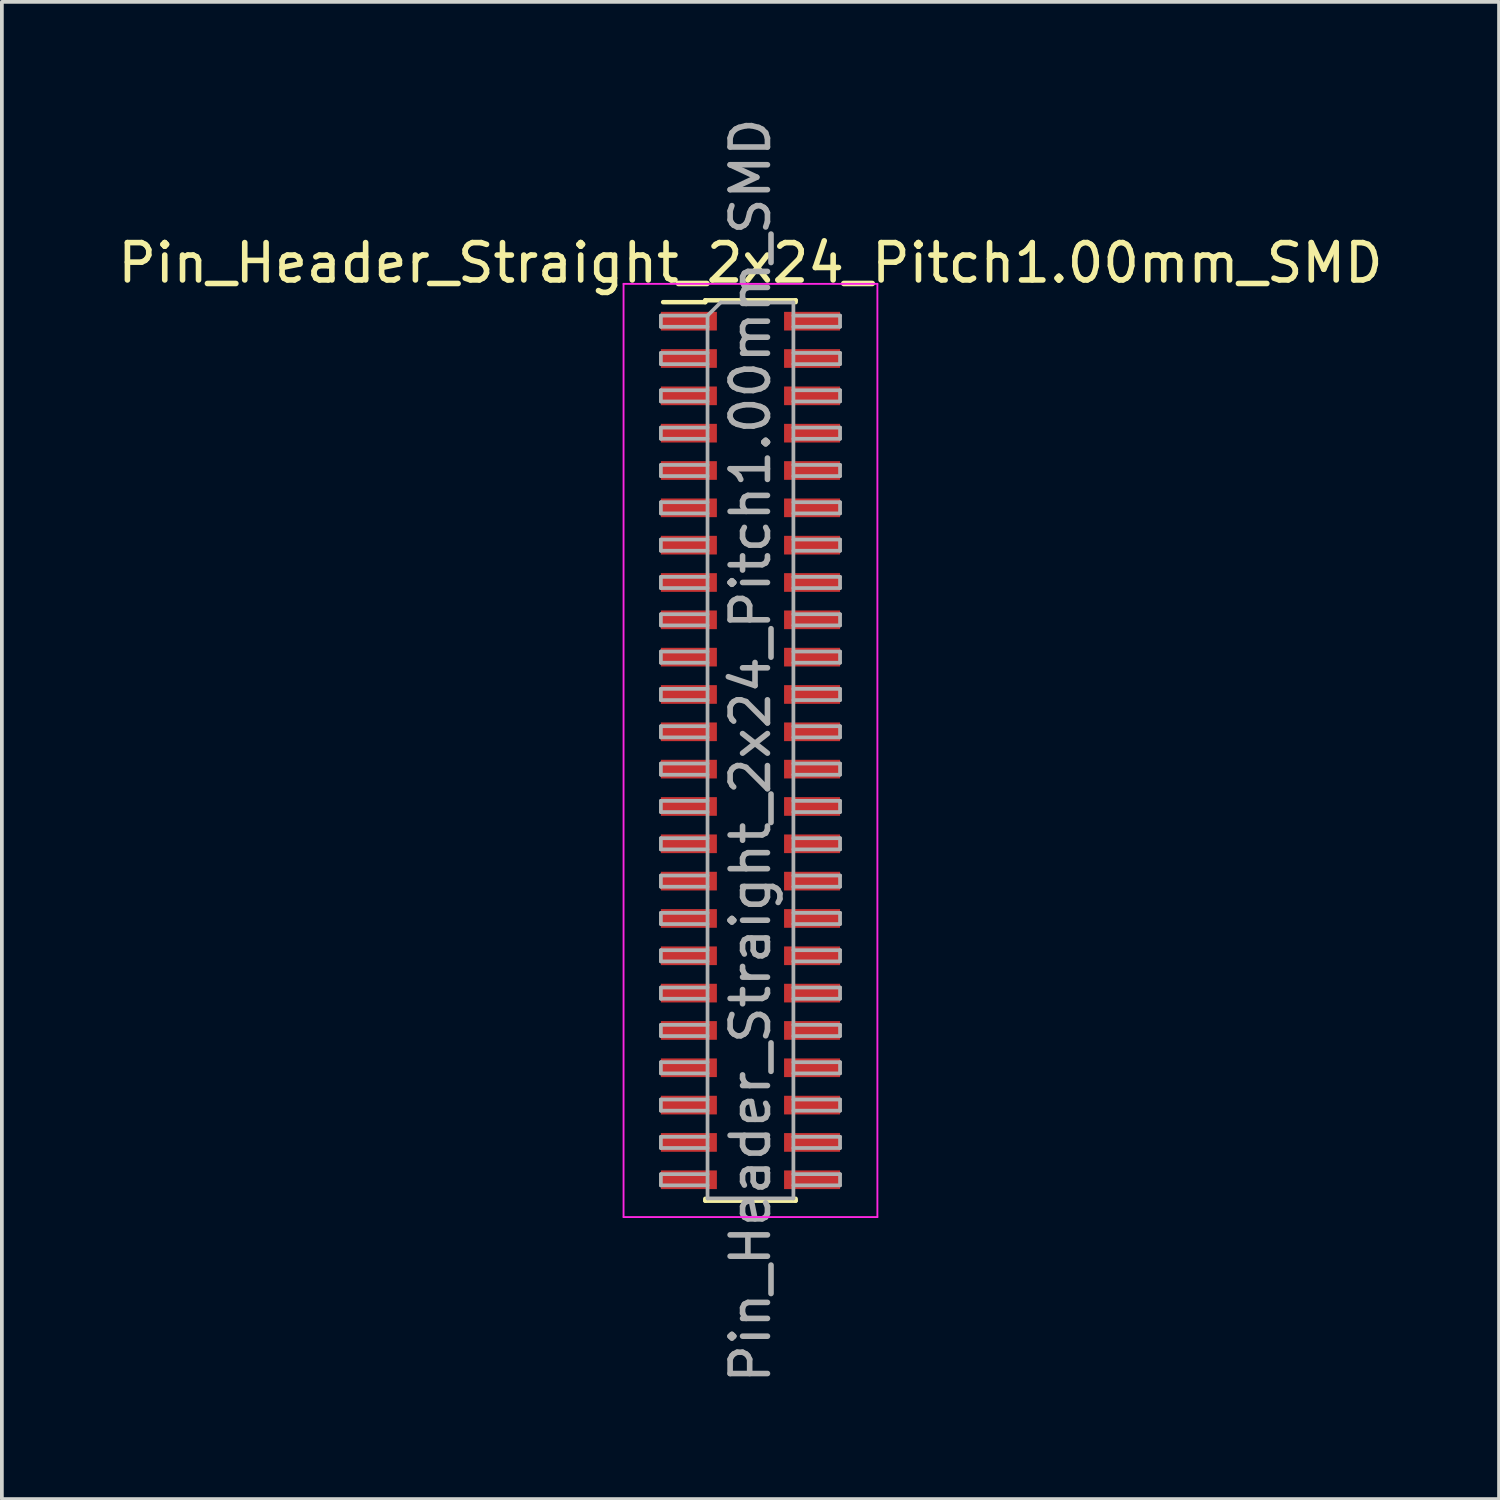
<source format=kicad_pcb>
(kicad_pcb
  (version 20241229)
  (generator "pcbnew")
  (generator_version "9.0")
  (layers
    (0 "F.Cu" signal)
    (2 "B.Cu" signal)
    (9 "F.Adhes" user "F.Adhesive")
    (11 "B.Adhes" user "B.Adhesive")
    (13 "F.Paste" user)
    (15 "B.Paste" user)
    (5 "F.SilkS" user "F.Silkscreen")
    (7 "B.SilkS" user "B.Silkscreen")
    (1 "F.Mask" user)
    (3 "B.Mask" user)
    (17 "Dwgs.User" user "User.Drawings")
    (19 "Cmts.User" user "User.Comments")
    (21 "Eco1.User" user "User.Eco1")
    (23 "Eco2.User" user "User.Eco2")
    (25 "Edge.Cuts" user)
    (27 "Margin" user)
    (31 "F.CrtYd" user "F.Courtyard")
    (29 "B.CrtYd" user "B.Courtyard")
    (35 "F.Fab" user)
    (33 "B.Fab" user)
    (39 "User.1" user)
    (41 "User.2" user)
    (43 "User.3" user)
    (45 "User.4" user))
  (footprint "Pin_Header_Straight_2x24_Pitch1.00mm_SMD"
    (layer "F.Cu")
    (at 17.054 17.054)
    (property "Reference" "Pin_Header_Straight_2x24_Pitch1.00mm_SMD" (at 0 -13.06 0) (layer "F.SilkS") (effects (font (size 1 1) (thickness 0.15))))
    (attr smd)
    (fp_line (start -2.34 -12.01) (end -1.21 -12.01) (stroke (width 0.12) (type solid)) (layer "F.SilkS"))
    (fp_line (start -1.21 -12.06) (end -1.21 -12.01) (stroke (width 0.12) (type solid)) (layer "F.SilkS"))
    (fp_line (start -1.21 -12.06) (end 1.21 -12.06) (stroke (width 0.12) (type solid)) (layer "F.SilkS"))
    (fp_line (start -1.21 12.01) (end -1.21 12.06) (stroke (width 0.12) (type solid)) (layer "F.SilkS"))
    (fp_line (start -1.21 12.06) (end 1.21 12.06) (stroke (width 0.12) (type solid)) (layer "F.SilkS"))
    (fp_line (start 1.21 -12.06) (end 1.21 -12.01) (stroke (width 0.12) (type solid)) (layer "F.SilkS"))
    (fp_line (start 1.21 12.01) (end 1.21 12.06) (stroke (width 0.12) (type solid)) (layer "F.SilkS"))
    (fp_line (start -3.4 -12.5) (end -3.4 12.5) (stroke (width 0.05) (type solid)) (layer "F.CrtYd"))
    (fp_line (start -3.4 12.5) (end 3.4 12.5) (stroke (width 0.05) (type solid)) (layer "F.CrtYd"))
    (fp_line (start 3.4 -12.5) (end -3.4 -12.5) (stroke (width 0.05) (type solid)) (layer "F.CrtYd"))
    (fp_line (start 3.4 12.5) (end 3.4 -12.5) (stroke (width 0.05) (type solid)) (layer "F.CrtYd"))
    (fp_line (start -2.4 -11.65) (end -2.4 -11.35) (stroke (width 0.1) (type solid)) (layer "F.Fab"))
    (fp_line (start -2.4 -11.35) (end -1.15 -11.35) (stroke (width 0.1) (type solid)) (layer "F.Fab"))
    (fp_line (start -2.4 -10.65) (end -2.4 -10.35) (stroke (width 0.1) (type solid)) (layer "F.Fab"))
    (fp_line (start -2.4 -10.35) (end -1.15 -10.35) (stroke (width 0.1) (type solid)) (layer "F.Fab"))
    (fp_line (start -2.4 -9.65) (end -2.4 -9.35) (stroke (width 0.1) (type solid)) (layer "F.Fab"))
    (fp_line (start -2.4 -9.35) (end -1.15 -9.35) (stroke (width 0.1) (type solid)) (layer "F.Fab"))
    (fp_line (start -2.4 -8.65) (end -2.4 -8.35) (stroke (width 0.1) (type solid)) (layer "F.Fab"))
    (fp_line (start -2.4 -8.35) (end -1.15 -8.35) (stroke (width 0.1) (type solid)) (layer "F.Fab"))
    (fp_line (start -2.4 -7.65) (end -2.4 -7.35) (stroke (width 0.1) (type solid)) (layer "F.Fab"))
    (fp_line (start -2.4 -7.35) (end -1.15 -7.35) (stroke (width 0.1) (type solid)) (layer "F.Fab"))
    (fp_line (start -2.4 -6.65) (end -2.4 -6.35) (stroke (width 0.1) (type solid)) (layer "F.Fab"))
    (fp_line (start -2.4 -6.35) (end -1.15 -6.35) (stroke (width 0.1) (type solid)) (layer "F.Fab"))
    (fp_line (start -2.4 -5.65) (end -2.4 -5.35) (stroke (width 0.1) (type solid)) (layer "F.Fab"))
    (fp_line (start -2.4 -5.35) (end -1.15 -5.35) (stroke (width 0.1) (type solid)) (layer "F.Fab"))
    (fp_line (start -2.4 -4.65) (end -2.4 -4.35) (stroke (width 0.1) (type solid)) (layer "F.Fab"))
    (fp_line (start -2.4 -4.35) (end -1.15 -4.35) (stroke (width 0.1) (type solid)) (layer "F.Fab"))
    (fp_line (start -2.4 -3.65) (end -2.4 -3.35) (stroke (width 0.1) (type solid)) (layer "F.Fab"))
    (fp_line (start -2.4 -3.35) (end -1.15 -3.35) (stroke (width 0.1) (type solid)) (layer "F.Fab"))
    (fp_line (start -2.4 -2.65) (end -2.4 -2.35) (stroke (width 0.1) (type solid)) (layer "F.Fab"))
    (fp_line (start -2.4 -2.35) (end -1.15 -2.35) (stroke (width 0.1) (type solid)) (layer "F.Fab"))
    (fp_line (start -2.4 -1.65) (end -2.4 -1.35) (stroke (width 0.1) (type solid)) (layer "F.Fab"))
    (fp_line (start -2.4 -1.35) (end -1.15 -1.35) (stroke (width 0.1) (type solid)) (layer "F.Fab"))
    (fp_line (start -2.4 -0.65) (end -2.4 -0.35) (stroke (width 0.1) (type solid)) (layer "F.Fab"))
    (fp_line (start -2.4 -0.35) (end -1.15 -0.35) (stroke (width 0.1) (type solid)) (layer "F.Fab"))
    (fp_line (start -2.4 0.35) (end -2.4 0.65) (stroke (width 0.1) (type solid)) (layer "F.Fab"))
    (fp_line (start -2.4 0.65) (end -1.15 0.65) (stroke (width 0.1) (type solid)) (layer "F.Fab"))
    (fp_line (start -2.4 1.35) (end -2.4 1.65) (stroke (width 0.1) (type solid)) (layer "F.Fab"))
    (fp_line (start -2.4 1.65) (end -1.15 1.65) (stroke (width 0.1) (type solid)) (layer "F.Fab"))
    (fp_line (start -2.4 2.35) (end -2.4 2.65) (stroke (width 0.1) (type solid)) (layer "F.Fab"))
    (fp_line (start -2.4 2.65) (end -1.15 2.65) (stroke (width 0.1) (type solid)) (layer "F.Fab"))
    (fp_line (start -2.4 3.35) (end -2.4 3.65) (stroke (width 0.1) (type solid)) (layer "F.Fab"))
    (fp_line (start -2.4 3.65) (end -1.15 3.65) (stroke (width 0.1) (type solid)) (layer "F.Fab"))
    (fp_line (start -2.4 4.35) (end -2.4 4.65) (stroke (width 0.1) (type solid)) (layer "F.Fab"))
    (fp_line (start -2.4 4.65) (end -1.15 4.65) (stroke (width 0.1) (type solid)) (layer "F.Fab"))
    (fp_line (start -2.4 5.35) (end -2.4 5.65) (stroke (width 0.1) (type solid)) (layer "F.Fab"))
    (fp_line (start -2.4 5.65) (end -1.15 5.65) (stroke (width 0.1) (type solid)) (layer "F.Fab"))
    (fp_line (start -2.4 6.35) (end -2.4 6.65) (stroke (width 0.1) (type solid)) (layer "F.Fab"))
    (fp_line (start -2.4 6.65) (end -1.15 6.65) (stroke (width 0.1) (type solid)) (layer "F.Fab"))
    (fp_line (start -2.4 7.35) (end -2.4 7.65) (stroke (width 0.1) (type solid)) (layer "F.Fab"))
    (fp_line (start -2.4 7.65) (end -1.15 7.65) (stroke (width 0.1) (type solid)) (layer "F.Fab"))
    (fp_line (start -2.4 8.35) (end -2.4 8.65) (stroke (width 0.1) (type solid)) (layer "F.Fab"))
    (fp_line (start -2.4 8.65) (end -1.15 8.65) (stroke (width 0.1) (type solid)) (layer "F.Fab"))
    (fp_line (start -2.4 9.35) (end -2.4 9.65) (stroke (width 0.1) (type solid)) (layer "F.Fab"))
    (fp_line (start -2.4 9.65) (end -1.15 9.65) (stroke (width 0.1) (type solid)) (layer "F.Fab"))
    (fp_line (start -2.4 10.35) (end -2.4 10.65) (stroke (width 0.1) (type solid)) (layer "F.Fab"))
    (fp_line (start -2.4 10.65) (end -1.15 10.65) (stroke (width 0.1) (type solid)) (layer "F.Fab"))
    (fp_line (start -2.4 11.35) (end -2.4 11.65) (stroke (width 0.1) (type solid)) (layer "F.Fab"))
    (fp_line (start -2.4 11.65) (end -1.15 11.65) (stroke (width 0.1) (type solid)) (layer "F.Fab"))
    (fp_line (start -1.15 -11.65) (end -2.4 -11.65) (stroke (width 0.1) (type solid)) (layer "F.Fab"))
    (fp_line (start -1.15 -11.65) (end -0.8 -12) (stroke (width 0.1) (type solid)) (layer "F.Fab"))
    (fp_line (start -1.15 -10.65) (end -2.4 -10.65) (stroke (width 0.1) (type solid)) (layer "F.Fab"))
    (fp_line (start -1.15 -9.65) (end -2.4 -9.65) (stroke (width 0.1) (type solid)) (layer "F.Fab"))
    (fp_line (start -1.15 -8.65) (end -2.4 -8.65) (stroke (width 0.1) (type solid)) (layer "F.Fab"))
    (fp_line (start -1.15 -7.65) (end -2.4 -7.65) (stroke (width 0.1) (type solid)) (layer "F.Fab"))
    (fp_line (start -1.15 -6.65) (end -2.4 -6.65) (stroke (width 0.1) (type solid)) (layer "F.Fab"))
    (fp_line (start -1.15 -5.65) (end -2.4 -5.65) (stroke (width 0.1) (type solid)) (layer "F.Fab"))
    (fp_line (start -1.15 -4.65) (end -2.4 -4.65) (stroke (width 0.1) (type solid)) (layer "F.Fab"))
    (fp_line (start -1.15 -3.65) (end -2.4 -3.65) (stroke (width 0.1) (type solid)) (layer "F.Fab"))
    (fp_line (start -1.15 -2.65) (end -2.4 -2.65) (stroke (width 0.1) (type solid)) (layer "F.Fab"))
    (fp_line (start -1.15 -1.65) (end -2.4 -1.65) (stroke (width 0.1) (type solid)) (layer "F.Fab"))
    (fp_line (start -1.15 -0.65) (end -2.4 -0.65) (stroke (width 0.1) (type solid)) (layer "F.Fab"))
    (fp_line (start -1.15 0.35) (end -2.4 0.35) (stroke (width 0.1) (type solid)) (layer "F.Fab"))
    (fp_line (start -1.15 1.35) (end -2.4 1.35) (stroke (width 0.1) (type solid)) (layer "F.Fab"))
    (fp_line (start -1.15 2.35) (end -2.4 2.35) (stroke (width 0.1) (type solid)) (layer "F.Fab"))
    (fp_line (start -1.15 3.35) (end -2.4 3.35) (stroke (width 0.1) (type solid)) (layer "F.Fab"))
    (fp_line (start -1.15 4.35) (end -2.4 4.35) (stroke (width 0.1) (type solid)) (layer "F.Fab"))
    (fp_line (start -1.15 5.35) (end -2.4 5.35) (stroke (width 0.1) (type solid)) (layer "F.Fab"))
    (fp_line (start -1.15 6.35) (end -2.4 6.35) (stroke (width 0.1) (type solid)) (layer "F.Fab"))
    (fp_line (start -1.15 7.35) (end -2.4 7.35) (stroke (width 0.1) (type solid)) (layer "F.Fab"))
    (fp_line (start -1.15 8.35) (end -2.4 8.35) (stroke (width 0.1) (type solid)) (layer "F.Fab"))
    (fp_line (start -1.15 9.35) (end -2.4 9.35) (stroke (width 0.1) (type solid)) (layer "F.Fab"))
    (fp_line (start -1.15 10.35) (end -2.4 10.35) (stroke (width 0.1) (type solid)) (layer "F.Fab"))
    (fp_line (start -1.15 11.35) (end -2.4 11.35) (stroke (width 0.1) (type solid)) (layer "F.Fab"))
    (fp_line (start -1.15 12) (end -1.15 -11.65) (stroke (width 0.1) (type solid)) (layer "F.Fab"))
    (fp_line (start -0.8 -12) (end 1.15 -12) (stroke (width 0.1) (type solid)) (layer "F.Fab"))
    (fp_line (start 1.15 -12) (end 1.15 12) (stroke (width 0.1) (type solid)) (layer "F.Fab"))
    (fp_line (start 1.15 -11.65) (end 2.4 -11.65) (stroke (width 0.1) (type solid)) (layer "F.Fab"))
    (fp_line (start 1.15 -10.65) (end 2.4 -10.65) (stroke (width 0.1) (type solid)) (layer "F.Fab"))
    (fp_line (start 1.15 -9.65) (end 2.4 -9.65) (stroke (width 0.1) (type solid)) (layer "F.Fab"))
    (fp_line (start 1.15 -8.65) (end 2.4 -8.65) (stroke (width 0.1) (type solid)) (layer "F.Fab"))
    (fp_line (start 1.15 -7.65) (end 2.4 -7.65) (stroke (width 0.1) (type solid)) (layer "F.Fab"))
    (fp_line (start 1.15 -6.65) (end 2.4 -6.65) (stroke (width 0.1) (type solid)) (layer "F.Fab"))
    (fp_line (start 1.15 -5.65) (end 2.4 -5.65) (stroke (width 0.1) (type solid)) (layer "F.Fab"))
    (fp_line (start 1.15 -4.65) (end 2.4 -4.65) (stroke (width 0.1) (type solid)) (layer "F.Fab"))
    (fp_line (start 1.15 -3.65) (end 2.4 -3.65) (stroke (width 0.1) (type solid)) (layer "F.Fab"))
    (fp_line (start 1.15 -2.65) (end 2.4 -2.65) (stroke (width 0.1) (type solid)) (layer "F.Fab"))
    (fp_line (start 1.15 -1.65) (end 2.4 -1.65) (stroke (width 0.1) (type solid)) (layer "F.Fab"))
    (fp_line (start 1.15 -0.65) (end 2.4 -0.65) (stroke (width 0.1) (type solid)) (layer "F.Fab"))
    (fp_line (start 1.15 0.35) (end 2.4 0.35) (stroke (width 0.1) (type solid)) (layer "F.Fab"))
    (fp_line (start 1.15 1.35) (end 2.4 1.35) (stroke (width 0.1) (type solid)) (layer "F.Fab"))
    (fp_line (start 1.15 2.35) (end 2.4 2.35) (stroke (width 0.1) (type solid)) (layer "F.Fab"))
    (fp_line (start 1.15 3.35) (end 2.4 3.35) (stroke (width 0.1) (type solid)) (layer "F.Fab"))
    (fp_line (start 1.15 4.35) (end 2.4 4.35) (stroke (width 0.1) (type solid)) (layer "F.Fab"))
    (fp_line (start 1.15 5.35) (end 2.4 5.35) (stroke (width 0.1) (type solid)) (layer "F.Fab"))
    (fp_line (start 1.15 6.35) (end 2.4 6.35) (stroke (width 0.1) (type solid)) (layer "F.Fab"))
    (fp_line (start 1.15 7.35) (end 2.4 7.35) (stroke (width 0.1) (type solid)) (layer "F.Fab"))
    (fp_line (start 1.15 8.35) (end 2.4 8.35) (stroke (width 0.1) (type solid)) (layer "F.Fab"))
    (fp_line (start 1.15 9.35) (end 2.4 9.35) (stroke (width 0.1) (type solid)) (layer "F.Fab"))
    (fp_line (start 1.15 10.35) (end 2.4 10.35) (stroke (width 0.1) (type solid)) (layer "F.Fab"))
    (fp_line (start 1.15 11.35) (end 2.4 11.35) (stroke (width 0.1) (type solid)) (layer "F.Fab"))
    (fp_line (start 1.15 12) (end -1.15 12) (stroke (width 0.1) (type solid)) (layer "F.Fab"))
    (fp_line (start 2.4 -11.65) (end 2.4 -11.35) (stroke (width 0.1) (type solid)) (layer "F.Fab"))
    (fp_line (start 2.4 -11.35) (end 1.15 -11.35) (stroke (width 0.1) (type solid)) (layer "F.Fab"))
    (fp_line (start 2.4 -10.65) (end 2.4 -10.35) (stroke (width 0.1) (type solid)) (layer "F.Fab"))
    (fp_line (start 2.4 -10.35) (end 1.15 -10.35) (stroke (width 0.1) (type solid)) (layer "F.Fab"))
    (fp_line (start 2.4 -9.65) (end 2.4 -9.35) (stroke (width 0.1) (type solid)) (layer "F.Fab"))
    (fp_line (start 2.4 -9.35) (end 1.15 -9.35) (stroke (width 0.1) (type solid)) (layer "F.Fab"))
    (fp_line (start 2.4 -8.65) (end 2.4 -8.35) (stroke (width 0.1) (type solid)) (layer "F.Fab"))
    (fp_line (start 2.4 -8.35) (end 1.15 -8.35) (stroke (width 0.1) (type solid)) (layer "F.Fab"))
    (fp_line (start 2.4 -7.65) (end 2.4 -7.35) (stroke (width 0.1) (type solid)) (layer "F.Fab"))
    (fp_line (start 2.4 -7.35) (end 1.15 -7.35) (stroke (width 0.1) (type solid)) (layer "F.Fab"))
    (fp_line (start 2.4 -6.65) (end 2.4 -6.35) (stroke (width 0.1) (type solid)) (layer "F.Fab"))
    (fp_line (start 2.4 -6.35) (end 1.15 -6.35) (stroke (width 0.1) (type solid)) (layer "F.Fab"))
    (fp_line (start 2.4 -5.65) (end 2.4 -5.35) (stroke (width 0.1) (type solid)) (layer "F.Fab"))
    (fp_line (start 2.4 -5.35) (end 1.15 -5.35) (stroke (width 0.1) (type solid)) (layer "F.Fab"))
    (fp_line (start 2.4 -4.65) (end 2.4 -4.35) (stroke (width 0.1) (type solid)) (layer "F.Fab"))
    (fp_line (start 2.4 -4.35) (end 1.15 -4.35) (stroke (width 0.1) (type solid)) (layer "F.Fab"))
    (fp_line (start 2.4 -3.65) (end 2.4 -3.35) (stroke (width 0.1) (type solid)) (layer "F.Fab"))
    (fp_line (start 2.4 -3.35) (end 1.15 -3.35) (stroke (width 0.1) (type solid)) (layer "F.Fab"))
    (fp_line (start 2.4 -2.65) (end 2.4 -2.35) (stroke (width 0.1) (type solid)) (layer "F.Fab"))
    (fp_line (start 2.4 -2.35) (end 1.15 -2.35) (stroke (width 0.1) (type solid)) (layer "F.Fab"))
    (fp_line (start 2.4 -1.65) (end 2.4 -1.35) (stroke (width 0.1) (type solid)) (layer "F.Fab"))
    (fp_line (start 2.4 -1.35) (end 1.15 -1.35) (stroke (width 0.1) (type solid)) (layer "F.Fab"))
    (fp_line (start 2.4 -0.65) (end 2.4 -0.35) (stroke (width 0.1) (type solid)) (layer "F.Fab"))
    (fp_line (start 2.4 -0.35) (end 1.15 -0.35) (stroke (width 0.1) (type solid)) (layer "F.Fab"))
    (fp_line (start 2.4 0.35) (end 2.4 0.65) (stroke (width 0.1) (type solid)) (layer "F.Fab"))
    (fp_line (start 2.4 0.65) (end 1.15 0.65) (stroke (width 0.1) (type solid)) (layer "F.Fab"))
    (fp_line (start 2.4 1.35) (end 2.4 1.65) (stroke (width 0.1) (type solid)) (layer "F.Fab"))
    (fp_line (start 2.4 1.65) (end 1.15 1.65) (stroke (width 0.1) (type solid)) (layer "F.Fab"))
    (fp_line (start 2.4 2.35) (end 2.4 2.65) (stroke (width 0.1) (type solid)) (layer "F.Fab"))
    (fp_line (start 2.4 2.65) (end 1.15 2.65) (stroke (width 0.1) (type solid)) (layer "F.Fab"))
    (fp_line (start 2.4 3.35) (end 2.4 3.65) (stroke (width 0.1) (type solid)) (layer "F.Fab"))
    (fp_line (start 2.4 3.65) (end 1.15 3.65) (stroke (width 0.1) (type solid)) (layer "F.Fab"))
    (fp_line (start 2.4 4.35) (end 2.4 4.65) (stroke (width 0.1) (type solid)) (layer "F.Fab"))
    (fp_line (start 2.4 4.65) (end 1.15 4.65) (stroke (width 0.1) (type solid)) (layer "F.Fab"))
    (fp_line (start 2.4 5.35) (end 2.4 5.65) (stroke (width 0.1) (type solid)) (layer "F.Fab"))
    (fp_line (start 2.4 5.65) (end 1.15 5.65) (stroke (width 0.1) (type solid)) (layer "F.Fab"))
    (fp_line (start 2.4 6.35) (end 2.4 6.65) (stroke (width 0.1) (type solid)) (layer "F.Fab"))
    (fp_line (start 2.4 6.65) (end 1.15 6.65) (stroke (width 0.1) (type solid)) (layer "F.Fab"))
    (fp_line (start 2.4 7.35) (end 2.4 7.65) (stroke (width 0.1) (type solid)) (layer "F.Fab"))
    (fp_line (start 2.4 7.65) (end 1.15 7.65) (stroke (width 0.1) (type solid)) (layer "F.Fab"))
    (fp_line (start 2.4 8.35) (end 2.4 8.65) (stroke (width 0.1) (type solid)) (layer "F.Fab"))
    (fp_line (start 2.4 8.65) (end 1.15 8.65) (stroke (width 0.1) (type solid)) (layer "F.Fab"))
    (fp_line (start 2.4 9.35) (end 2.4 9.65) (stroke (width 0.1) (type solid)) (layer "F.Fab"))
    (fp_line (start 2.4 9.65) (end 1.15 9.65) (stroke (width 0.1) (type solid)) (layer "F.Fab"))
    (fp_line (start 2.4 10.35) (end 2.4 10.65) (stroke (width 0.1) (type solid)) (layer "F.Fab"))
    (fp_line (start 2.4 10.65) (end 1.15 10.65) (stroke (width 0.1) (type solid)) (layer "F.Fab"))
    (fp_line (start 2.4 11.35) (end 2.4 11.65) (stroke (width 0.1) (type solid)) (layer "F.Fab"))
    (fp_line (start 2.4 11.65) (end 1.15 11.65) (stroke (width 0.1) (type solid)) (layer "F.Fab"))
    (fp_text user "${REFERENCE}" (at 0 0 90) (layer "F.Fab") (effects (font (size 1 1) (thickness 0.15))))
    (pad "1" smd rect (at -1.65 -11.5) (size 1.5 0.5) (layers "F.Cu" "F.Mask" "F.Paste"))
    (pad "2" smd rect (at 1.65 -11.5) (size 1.5 0.5) (layers "F.Cu" "F.Mask" "F.Paste"))
    (pad "3" smd rect (at -1.65 -10.5) (size 1.5 0.5) (layers "F.Cu" "F.Mask" "F.Paste"))
    (pad "4" smd rect (at 1.65 -10.5) (size 1.5 0.5) (layers "F.Cu" "F.Mask" "F.Paste"))
    (pad "5" smd rect (at -1.65 -9.5) (size 1.5 0.5) (layers "F.Cu" "F.Mask" "F.Paste"))
    (pad "6" smd rect (at 1.65 -9.5) (size 1.5 0.5) (layers "F.Cu" "F.Mask" "F.Paste"))
    (pad "7" smd rect (at -1.65 -8.5) (size 1.5 0.5) (layers "F.Cu" "F.Mask" "F.Paste"))
    (pad "8" smd rect (at 1.65 -8.5) (size 1.5 0.5) (layers "F.Cu" "F.Mask" "F.Paste"))
    (pad "9" smd rect (at -1.65 -7.5) (size 1.5 0.5) (layers "F.Cu" "F.Mask" "F.Paste"))
    (pad "10" smd rect (at 1.65 -7.5) (size 1.5 0.5) (layers "F.Cu" "F.Mask" "F.Paste"))
    (pad "11" smd rect (at -1.65 -6.5) (size 1.5 0.5) (layers "F.Cu" "F.Mask" "F.Paste"))
    (pad "12" smd rect (at 1.65 -6.5) (size 1.5 0.5) (layers "F.Cu" "F.Mask" "F.Paste"))
    (pad "13" smd rect (at -1.65 -5.5) (size 1.5 0.5) (layers "F.Cu" "F.Mask" "F.Paste"))
    (pad "14" smd rect (at 1.65 -5.5) (size 1.5 0.5) (layers "F.Cu" "F.Mask" "F.Paste"))
    (pad "15" smd rect (at -1.65 -4.5) (size 1.5 0.5) (layers "F.Cu" "F.Mask" "F.Paste"))
    (pad "16" smd rect (at 1.65 -4.5) (size 1.5 0.5) (layers "F.Cu" "F.Mask" "F.Paste"))
    (pad "17" smd rect (at -1.65 -3.5) (size 1.5 0.5) (layers "F.Cu" "F.Mask" "F.Paste"))
    (pad "18" smd rect (at 1.65 -3.5) (size 1.5 0.5) (layers "F.Cu" "F.Mask" "F.Paste"))
    (pad "19" smd rect (at -1.65 -2.5) (size 1.5 0.5) (layers "F.Cu" "F.Mask" "F.Paste"))
    (pad "20" smd rect (at 1.65 -2.5) (size 1.5 0.5) (layers "F.Cu" "F.Mask" "F.Paste"))
    (pad "21" smd rect (at -1.65 -1.5) (size 1.5 0.5) (layers "F.Cu" "F.Mask" "F.Paste"))
    (pad "22" smd rect (at 1.65 -1.5) (size 1.5 0.5) (layers "F.Cu" "F.Mask" "F.Paste"))
    (pad "23" smd rect (at -1.65 -0.5) (size 1.5 0.5) (layers "F.Cu" "F.Mask" "F.Paste"))
    (pad "24" smd rect (at 1.65 -0.5) (size 1.5 0.5) (layers "F.Cu" "F.Mask" "F.Paste"))
    (pad "25" smd rect (at -1.65 0.5) (size 1.5 0.5) (layers "F.Cu" "F.Mask" "F.Paste"))
    (pad "26" smd rect (at 1.65 0.5) (size 1.5 0.5) (layers "F.Cu" "F.Mask" "F.Paste"))
    (pad "27" smd rect (at -1.65 1.5) (size 1.5 0.5) (layers "F.Cu" "F.Mask" "F.Paste"))
    (pad "28" smd rect (at 1.65 1.5) (size 1.5 0.5) (layers "F.Cu" "F.Mask" "F.Paste"))
    (pad "29" smd rect (at -1.65 2.5) (size 1.5 0.5) (layers "F.Cu" "F.Mask" "F.Paste"))
    (pad "30" smd rect (at 1.65 2.5) (size 1.5 0.5) (layers "F.Cu" "F.Mask" "F.Paste"))
    (pad "31" smd rect (at -1.65 3.5) (size 1.5 0.5) (layers "F.Cu" "F.Mask" "F.Paste"))
    (pad "32" smd rect (at 1.65 3.5) (size 1.5 0.5) (layers "F.Cu" "F.Mask" "F.Paste"))
    (pad "33" smd rect (at -1.65 4.5) (size 1.5 0.5) (layers "F.Cu" "F.Mask" "F.Paste"))
    (pad "34" smd rect (at 1.65 4.5) (size 1.5 0.5) (layers "F.Cu" "F.Mask" "F.Paste"))
    (pad "35" smd rect (at -1.65 5.5) (size 1.5 0.5) (layers "F.Cu" "F.Mask" "F.Paste"))
    (pad "36" smd rect (at 1.65 5.5) (size 1.5 0.5) (layers "F.Cu" "F.Mask" "F.Paste"))
    (pad "37" smd rect (at -1.65 6.5) (size 1.5 0.5) (layers "F.Cu" "F.Mask" "F.Paste"))
    (pad "38" smd rect (at 1.65 6.5) (size 1.5 0.5) (layers "F.Cu" "F.Mask" "F.Paste"))
    (pad "39" smd rect (at -1.65 7.5) (size 1.5 0.5) (layers "F.Cu" "F.Mask" "F.Paste"))
    (pad "40" smd rect (at 1.65 7.5) (size 1.5 0.5) (layers "F.Cu" "F.Mask" "F.Paste"))
    (pad "41" smd rect (at -1.65 8.5) (size 1.5 0.5) (layers "F.Cu" "F.Mask" "F.Paste"))
    (pad "42" smd rect (at 1.65 8.5) (size 1.5 0.5) (layers "F.Cu" "F.Mask" "F.Paste"))
    (pad "43" smd rect (at -1.65 9.5) (size 1.5 0.5) (layers "F.Cu" "F.Mask" "F.Paste"))
    (pad "44" smd rect (at 1.65 9.5) (size 1.5 0.5) (layers "F.Cu" "F.Mask" "F.Paste"))
    (pad "45" smd rect (at -1.65 10.5) (size 1.5 0.5) (layers "F.Cu" "F.Mask" "F.Paste"))
    (pad "46" smd rect (at 1.65 10.5) (size 1.5 0.5) (layers "F.Cu" "F.Mask" "F.Paste"))
    (pad "47" smd rect (at -1.65 11.5) (size 1.5 0.5) (layers "F.Cu" "F.Mask" "F.Paste"))
    (pad "48" smd rect (at 1.65 11.5) (size 1.5 0.5) (layers "F.Cu" "F.Mask" "F.Paste")))
  (gr_rect
    (start -3 -3)
    (end 37.107 37.107)
    (stroke (width 0.1) (type default))
    (fill no)
    (layer "Edge.Cuts")))
</source>
